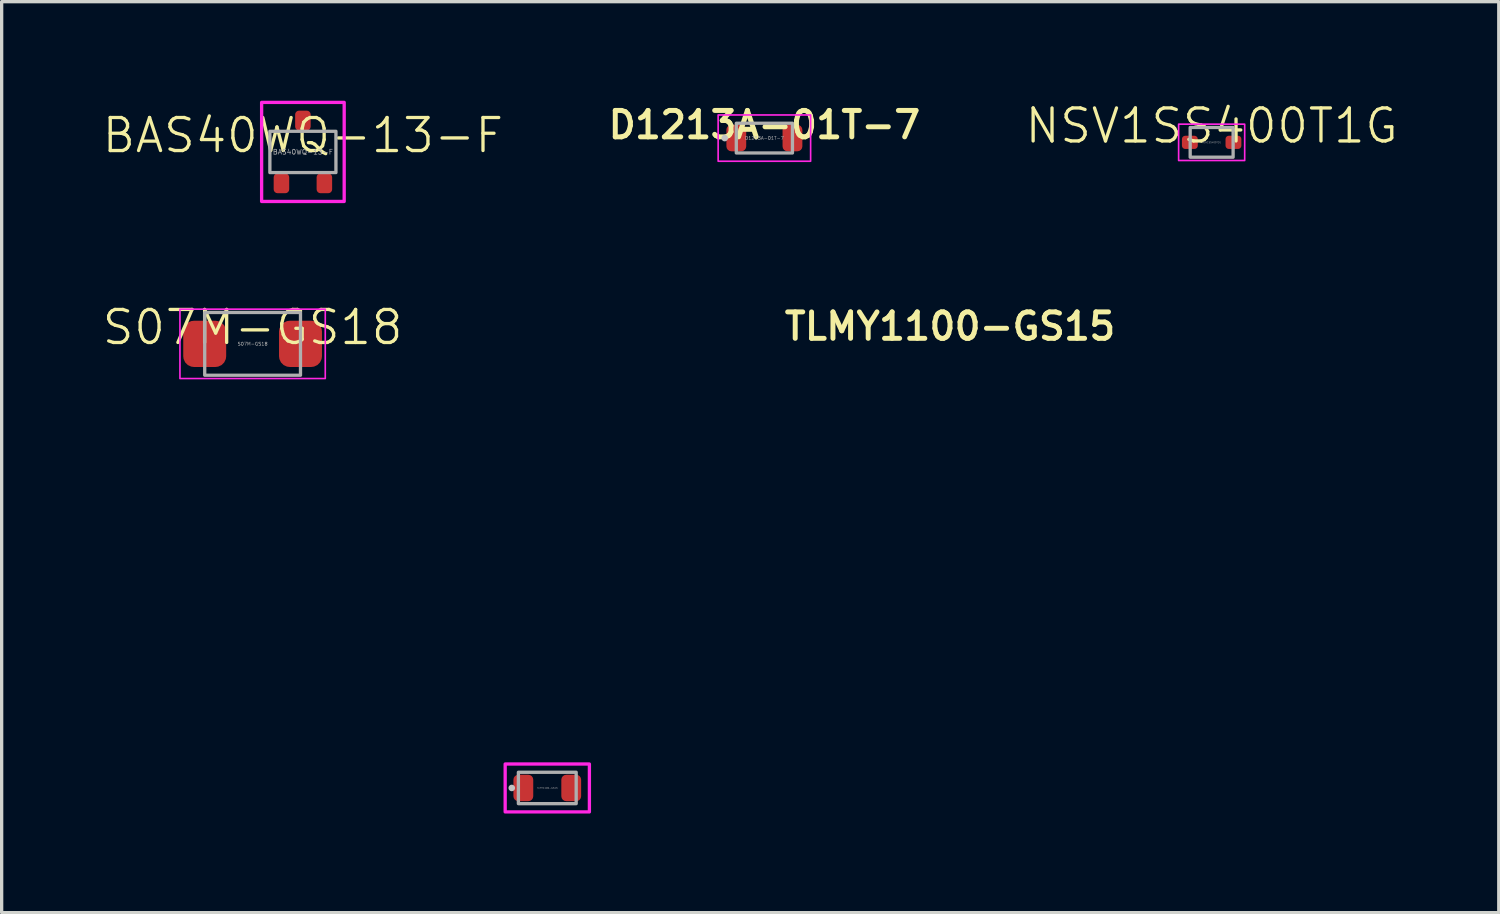
<source format=kicad_pcb>
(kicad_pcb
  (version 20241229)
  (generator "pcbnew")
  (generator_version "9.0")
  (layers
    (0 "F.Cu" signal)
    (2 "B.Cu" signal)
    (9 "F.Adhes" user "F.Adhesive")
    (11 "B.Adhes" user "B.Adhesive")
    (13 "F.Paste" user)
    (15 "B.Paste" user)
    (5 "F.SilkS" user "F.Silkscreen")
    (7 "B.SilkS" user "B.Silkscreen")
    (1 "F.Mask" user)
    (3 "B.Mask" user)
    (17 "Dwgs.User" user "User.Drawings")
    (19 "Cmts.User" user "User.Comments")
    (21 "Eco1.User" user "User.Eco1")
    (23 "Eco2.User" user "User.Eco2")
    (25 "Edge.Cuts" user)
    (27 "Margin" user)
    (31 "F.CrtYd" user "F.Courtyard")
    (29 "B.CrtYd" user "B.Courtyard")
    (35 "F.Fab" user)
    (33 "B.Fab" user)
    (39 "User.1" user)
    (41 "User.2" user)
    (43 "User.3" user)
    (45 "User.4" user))
  (footprint "BAS40WQ-13-F"
    (layer "F.Cu")
    (at 6.121 1.55)
    (property "Reference" "BAS40WQ-13-F" (at 0 -0.5 0) (unlocked yes) (layer "F.SilkS") (effects (font (size 1 1) (thickness 0.1))))
    (attr smd)
    (fp_rect (start -1.25 -1.5) (end 1.25 1.5) (stroke (width 0.1) (type solid)) (fill no) (layer "F.CrtYd"))
    (fp_rect (start -1 -0.625) (end 1 0.625) (stroke (width 0.1) (type solid)) (fill no) (layer "F.Fab"))
    (fp_text user "${REFERENCE}" (at 0 0 0) (unlocked yes) (layer "F.Fab") (effects (font (size 0.15 0.15) (thickness 0.019))))
    (pad "1" smd roundrect (at 0 -0.95) (size 0.47 0.6) (layers "F.Cu" "F.Mask" "F.Paste") (roundrect_rratio 0.25))
    (pad "2" smd roundrect (at -0.65 0.95) (size 0.47 0.6) (layers "F.Cu" "F.Mask" "F.Paste") (roundrect_rratio 0.25))
    (pad "3" smd roundrect (at 0.65 0.95) (size 0.47 0.6) (layers "F.Cu" "F.Mask" "F.Paste") (roundrect_rratio 0.25)))
  (footprint "D1213A-01T-7"
    (layer "F.Cu")
    (at 20.093 1.131)
    (property "Reference" "D1213A-01T-7" (at 0 -0.4 0) (unlocked yes) (layer "F.SilkS") (effects (font (size 0.8 0.8) (thickness 0.15))))
    (attr smd)
    (fp_circle (center -1.201 0) (end -1.151 0) (stroke (width 0.1) (type solid)) (fill no) (layer "Dwgs.User"))
    (fp_rect (start -1.4 -0.7) (end 1.4 0.7) (stroke (width 0.05) (type solid)) (fill no) (layer "F.CrtYd"))
    (fp_rect (start -0.85 -0.45) (end 0.85 0.45) (stroke (width 0.1) (type solid)) (fill no) (layer "F.Fab"))
    (fp_text user "${REFERENCE}" (at 0 0 0) (unlocked yes) (layer "F.Fab") (effects (font (size 0.1 0.1) (thickness 0.013))))
    (pad "1" smd roundrect (at -0.85 0 90) (size 0.8 0.6) (layers "F.Cu" "F.Mask" "F.Paste") (roundrect_rratio 0.25))
    (pad "2" smd roundrect (at 0.85 0 90) (size 0.8 0.6) (layers "F.Cu" "F.Mask" "F.Paste") (roundrect_rratio 0.25)))
  (footprint "TLMY1100-GS15"
    (layer "F.Cu")
    (at 13.52 20.807)
    (property "Reference" "TLMY1100-GS15" (at 12.192 -13.976 0) (unlocked yes) (layer "F.SilkS") (effects (font (size 0.8 0.8) (thickness 0.15))))
    (attr smd)
    (fp_circle (center -1.075 0) (end -1.025 0) (stroke (width 0.1) (type solid)) (fill no) (layer "Dwgs.User"))
    (fp_rect (start -1.275 -0.725) (end 1.275 0.725) (stroke (width 0.1) (type solid)) (fill no) (layer "F.CrtYd"))
    (fp_rect (start -0.875 -0.475) (end 0.875 0.475) (stroke (width 0.1) (type solid)) (fill no) (layer "F.Fab"))
    (fp_text user "${REFERENCE}" (at 0 0 0) (unlocked yes) (layer "F.Fab") (effects (font (size 0.05 0.05) (thickness 0.006))))
    (pad "1" smd roundrect (at -0.725 0 180) (size 0.6 0.8) (layers "F.Cu" "F.Mask" "F.Paste") (roundrect_rratio 0.25))
    (pad "2" smd roundrect (at 0.725 0 180) (size 0.6 0.8) (layers "F.Cu" "F.Mask" "F.Paste") (roundrect_rratio 0.25)))
  (footprint "NSV1SS400T1G"
    (layer "F.Cu")
    (at 33.635 1.26)
    (property "Reference" "NSV1SS400T1G" (at 0 -0.5 0) (unlocked yes) (layer "F.SilkS") (effects (font (size 1 1) (thickness 0.1))))
    (attr smd)
    (fp_rect (start -1 -0.55) (end 1 0.55) (stroke (width 0.05) (type solid)) (fill no) (layer "F.CrtYd"))
    (fp_rect (start -0.65 -0.45) (end 0.65 0.45) (stroke (width 0.1) (type solid)) (fill no) (layer "F.Fab"))
    (fp_text user "${REFERENCE}" (at 0 0 0) (unlocked yes) (layer "F.Fab") (effects (font (size 0.05 0.05) (thickness 0.006))))
    (pad "1" smd roundrect (at -0.66 0) (size 0.48 0.4) (layers "F.Cu" "F.Mask" "F.Paste") (roundrect_rratio 0.25))
    (pad "2" smd roundrect (at 0.66 0) (size 0.48 0.4) (layers "F.Cu" "F.Mask" "F.Paste") (roundrect_rratio 0.25)))
  (footprint "S07M-GS18"
    (layer "F.Cu")
    (at 4.598 7.361)
    (property "Reference" "S07M-GS18" (at 0 -0.5 0) (unlocked yes) (layer "F.SilkS") (effects (font (size 1 1) (thickness 0.1))))
    (attr smd)
    (fp_rect (start -2.2 -1.05) (end 2.2 1.05) (stroke (width 0.05) (type solid)) (fill no) (layer "F.CrtYd"))
    (fp_rect (start -1.45 -0.95) (end 1.45 0.95) (stroke (width 0.1) (type solid)) (fill no) (layer "F.Fab"))
    (fp_text user "${REFERENCE}" (at 0 0 0) (unlocked yes) (layer "F.Fab") (effects (font (size 0.1 0.1) (thickness 0.013))))
    (pad "1" smd roundrect (at -1.45 0) (size 1.3 1.4) (layers "F.Cu" "F.Mask" "F.Paste") (roundrect_rratio 0.25))
    (pad "2" smd roundrect (at 1.45 0) (size 1.3 1.4) (layers "F.Cu" "F.Mask" "F.Paste") (roundrect_rratio 0.25)))
  (gr_rect
    (start -3 -3)
    (end 42.328 24.582)
    (stroke (width 0.1) (type default))
    (fill no)
    (layer "Edge.Cuts")))
</source>
